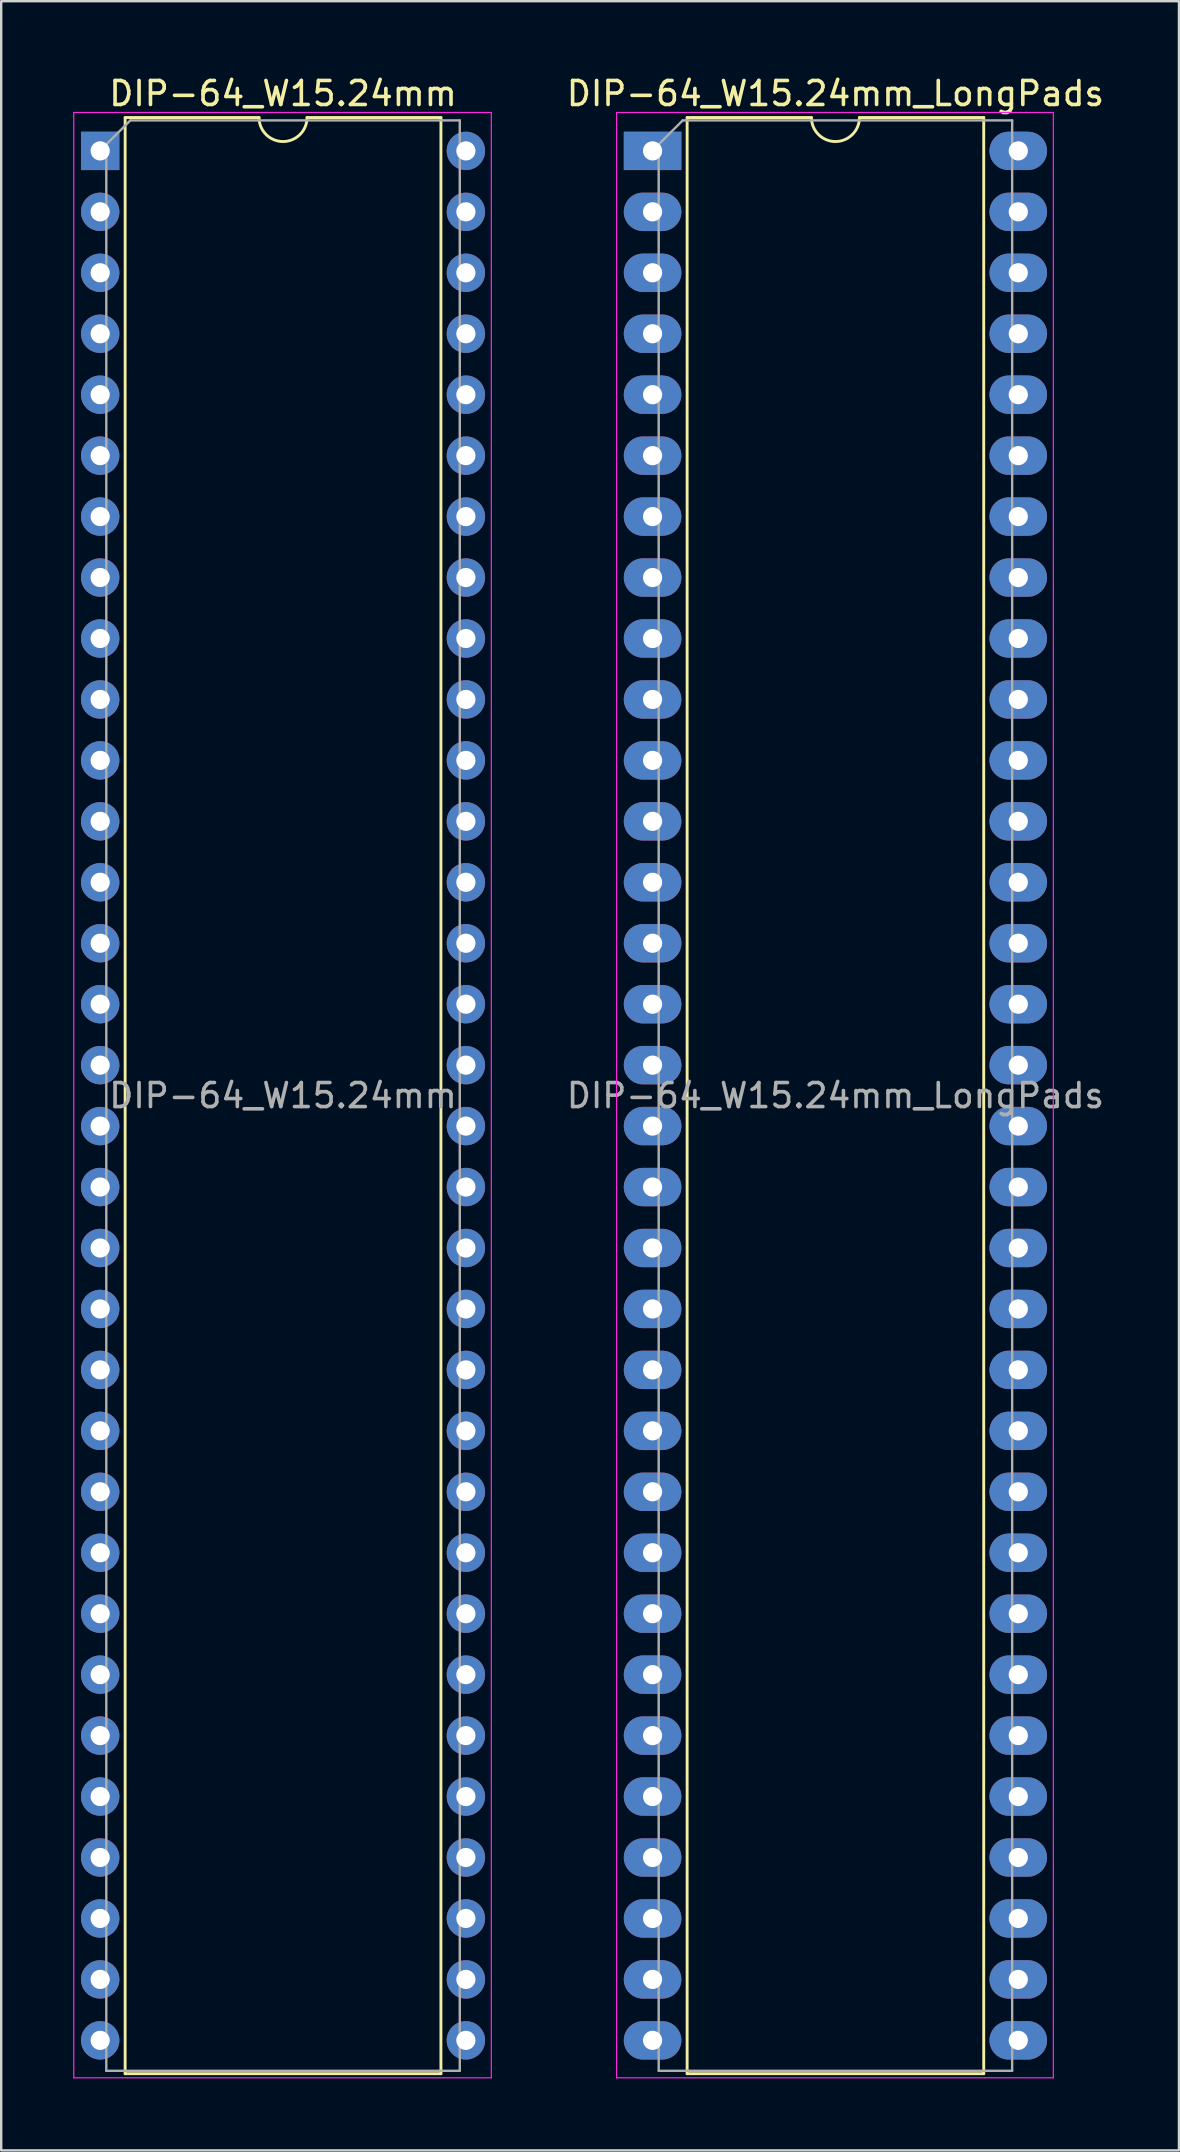
<source format=kicad_pcb>
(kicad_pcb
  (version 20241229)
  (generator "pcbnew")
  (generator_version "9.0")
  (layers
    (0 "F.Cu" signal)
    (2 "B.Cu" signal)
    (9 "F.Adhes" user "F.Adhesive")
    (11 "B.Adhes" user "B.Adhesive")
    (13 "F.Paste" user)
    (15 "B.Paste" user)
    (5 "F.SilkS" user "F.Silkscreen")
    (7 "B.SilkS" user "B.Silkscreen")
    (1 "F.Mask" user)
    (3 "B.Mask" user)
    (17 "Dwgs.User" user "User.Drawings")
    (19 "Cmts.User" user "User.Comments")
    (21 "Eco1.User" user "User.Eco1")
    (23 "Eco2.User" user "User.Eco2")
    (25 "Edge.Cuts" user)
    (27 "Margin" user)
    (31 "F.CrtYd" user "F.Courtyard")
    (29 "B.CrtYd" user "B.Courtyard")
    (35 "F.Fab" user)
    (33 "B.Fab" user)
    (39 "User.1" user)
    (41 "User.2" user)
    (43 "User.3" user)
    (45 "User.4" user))
  (footprint "DIP-64_W15.24mm_LongPads"
    (layer "F.Cu")
    (at 24.145 3.238)
    (property "Reference" "DIP-64_W15.24mm_LongPads" (at 7.62 -2.39 0) (layer "F.SilkS") (effects (font (size 1 1) (thickness 0.15))))
    (attr through_hole)
    (fp_line (start 1.44 -1.39) (end 1.44 80.13) (stroke (width 0.12) (type solid)) (layer "F.SilkS"))
    (fp_line (start 1.44 80.13) (end 13.8 80.13) (stroke (width 0.12) (type solid)) (layer "F.SilkS"))
    (fp_line (start 6.62 -1.39) (end 1.44 -1.39) (stroke (width 0.12) (type solid)) (layer "F.SilkS"))
    (fp_line (start 13.8 -1.39) (end 8.62 -1.39) (stroke (width 0.12) (type solid)) (layer "F.SilkS"))
    (fp_line (start 13.8 80.13) (end 13.8 -1.39) (stroke (width 0.12) (type solid)) (layer "F.SilkS"))
    (fp_arc (start 8.62 -1.39) (mid 7.62 -0.39) (end 6.62 -1.39) (stroke (width 0.12) (type solid)) (layer "F.SilkS"))
    (fp_line (start -1.5 -1.6) (end -1.5 80.3) (stroke (width 0.05) (type solid)) (layer "F.CrtYd"))
    (fp_line (start -1.5 80.3) (end 16.7 80.3) (stroke (width 0.05) (type solid)) (layer "F.CrtYd"))
    (fp_line (start 16.7 -1.6) (end -1.5 -1.6) (stroke (width 0.05) (type solid)) (layer "F.CrtYd"))
    (fp_line (start 16.7 80.3) (end 16.7 -1.6) (stroke (width 0.05) (type solid)) (layer "F.CrtYd"))
    (fp_line (start 0.255 -0.27) (end 1.255 -1.27) (stroke (width 0.1) (type solid)) (layer "F.Fab"))
    (fp_line (start 0.255 80.01) (end 0.255 -0.27) (stroke (width 0.1) (type solid)) (layer "F.Fab"))
    (fp_line (start 1.255 -1.27) (end 14.985 -1.27) (stroke (width 0.1) (type solid)) (layer "F.Fab"))
    (fp_line (start 14.985 -1.27) (end 14.985 80.01) (stroke (width 0.1) (type solid)) (layer "F.Fab"))
    (fp_line (start 14.985 80.01) (end 0.255 80.01) (stroke (width 0.1) (type solid)) (layer "F.Fab"))
    (fp_text user "${REFERENCE}" (at 7.62 39.37 0) (layer "F.Fab") (effects (font (size 1 1) (thickness 0.15))))
    (pad "1" thru_hole rect (at 0 0) (size 2.4 1.6) (drill 0.8) (layers "*.Cu" "*.Mask"))
    (pad "2" thru_hole oval (at 0 2.54) (size 2.4 1.6) (drill 0.8) (layers "*.Cu" "*.Mask"))
    (pad "3" thru_hole oval (at 0 5.08) (size 2.4 1.6) (drill 0.8) (layers "*.Cu" "*.Mask"))
    (pad "4" thru_hole oval (at 0 7.62) (size 2.4 1.6) (drill 0.8) (layers "*.Cu" "*.Mask"))
    (pad "5" thru_hole oval (at 0 10.16) (size 2.4 1.6) (drill 0.8) (layers "*.Cu" "*.Mask"))
    (pad "6" thru_hole oval (at 0 12.7) (size 2.4 1.6) (drill 0.8) (layers "*.Cu" "*.Mask"))
    (pad "7" thru_hole oval (at 0 15.24) (size 2.4 1.6) (drill 0.8) (layers "*.Cu" "*.Mask"))
    (pad "8" thru_hole oval (at 0 17.78) (size 2.4 1.6) (drill 0.8) (layers "*.Cu" "*.Mask"))
    (pad "9" thru_hole oval (at 0 20.32) (size 2.4 1.6) (drill 0.8) (layers "*.Cu" "*.Mask"))
    (pad "10" thru_hole oval (at 0 22.86) (size 2.4 1.6) (drill 0.8) (layers "*.Cu" "*.Mask"))
    (pad "11" thru_hole oval (at 0 25.4) (size 2.4 1.6) (drill 0.8) (layers "*.Cu" "*.Mask"))
    (pad "12" thru_hole oval (at 0 27.94) (size 2.4 1.6) (drill 0.8) (layers "*.Cu" "*.Mask"))
    (pad "13" thru_hole oval (at 0 30.48) (size 2.4 1.6) (drill 0.8) (layers "*.Cu" "*.Mask"))
    (pad "14" thru_hole oval (at 0 33.02) (size 2.4 1.6) (drill 0.8) (layers "*.Cu" "*.Mask"))
    (pad "15" thru_hole oval (at 0 35.56) (size 2.4 1.6) (drill 0.8) (layers "*.Cu" "*.Mask"))
    (pad "16" thru_hole oval (at 0 38.1) (size 2.4 1.6) (drill 0.8) (layers "*.Cu" "*.Mask"))
    (pad "17" thru_hole oval (at 0 40.64) (size 2.4 1.6) (drill 0.8) (layers "*.Cu" "*.Mask"))
    (pad "18" thru_hole oval (at 0 43.18) (size 2.4 1.6) (drill 0.8) (layers "*.Cu" "*.Mask"))
    (pad "19" thru_hole oval (at 0 45.72) (size 2.4 1.6) (drill 0.8) (layers "*.Cu" "*.Mask"))
    (pad "20" thru_hole oval (at 0 48.26) (size 2.4 1.6) (drill 0.8) (layers "*.Cu" "*.Mask"))
    (pad "21" thru_hole oval (at 0 50.8) (size 2.4 1.6) (drill 0.8) (layers "*.Cu" "*.Mask"))
    (pad "22" thru_hole oval (at 0 53.34) (size 2.4 1.6) (drill 0.8) (layers "*.Cu" "*.Mask"))
    (pad "23" thru_hole oval (at 0 55.88) (size 2.4 1.6) (drill 0.8) (layers "*.Cu" "*.Mask"))
    (pad "24" thru_hole oval (at 0 58.42) (size 2.4 1.6) (drill 0.8) (layers "*.Cu" "*.Mask"))
    (pad "25" thru_hole oval (at 0 60.96) (size 2.4 1.6) (drill 0.8) (layers "*.Cu" "*.Mask"))
    (pad "26" thru_hole oval (at 0 63.5) (size 2.4 1.6) (drill 0.8) (layers "*.Cu" "*.Mask"))
    (pad "27" thru_hole oval (at 0 66.04) (size 2.4 1.6) (drill 0.8) (layers "*.Cu" "*.Mask"))
    (pad "28" thru_hole oval (at 0 68.58) (size 2.4 1.6) (drill 0.8) (layers "*.Cu" "*.Mask"))
    (pad "29" thru_hole oval (at 0 71.12) (size 2.4 1.6) (drill 0.8) (layers "*.Cu" "*.Mask"))
    (pad "30" thru_hole oval (at 0 73.66) (size 2.4 1.6) (drill 0.8) (layers "*.Cu" "*.Mask"))
    (pad "31" thru_hole oval (at 0 76.2) (size 2.4 1.6) (drill 0.8) (layers "*.Cu" "*.Mask"))
    (pad "32" thru_hole oval (at 0 78.74) (size 2.4 1.6) (drill 0.8) (layers "*.Cu" "*.Mask"))
    (pad "33" thru_hole oval (at 15.24 78.74) (size 2.4 1.6) (drill 0.8) (layers "*.Cu" "*.Mask"))
    (pad "34" thru_hole oval (at 15.24 76.2) (size 2.4 1.6) (drill 0.8) (layers "*.Cu" "*.Mask"))
    (pad "35" thru_hole oval (at 15.24 73.66) (size 2.4 1.6) (drill 0.8) (layers "*.Cu" "*.Mask"))
    (pad "36" thru_hole oval (at 15.24 71.12) (size 2.4 1.6) (drill 0.8) (layers "*.Cu" "*.Mask"))
    (pad "37" thru_hole oval (at 15.24 68.58) (size 2.4 1.6) (drill 0.8) (layers "*.Cu" "*.Mask"))
    (pad "38" thru_hole oval (at 15.24 66.04) (size 2.4 1.6) (drill 0.8) (layers "*.Cu" "*.Mask"))
    (pad "39" thru_hole oval (at 15.24 63.5) (size 2.4 1.6) (drill 0.8) (layers "*.Cu" "*.Mask"))
    (pad "40" thru_hole oval (at 15.24 60.96) (size 2.4 1.6) (drill 0.8) (layers "*.Cu" "*.Mask"))
    (pad "41" thru_hole oval (at 15.24 58.42) (size 2.4 1.6) (drill 0.8) (layers "*.Cu" "*.Mask"))
    (pad "42" thru_hole oval (at 15.24 55.88) (size 2.4 1.6) (drill 0.8) (layers "*.Cu" "*.Mask"))
    (pad "43" thru_hole oval (at 15.24 53.34) (size 2.4 1.6) (drill 0.8) (layers "*.Cu" "*.Mask"))
    (pad "44" thru_hole oval (at 15.24 50.8) (size 2.4 1.6) (drill 0.8) (layers "*.Cu" "*.Mask"))
    (pad "45" thru_hole oval (at 15.24 48.26) (size 2.4 1.6) (drill 0.8) (layers "*.Cu" "*.Mask"))
    (pad "46" thru_hole oval (at 15.24 45.72) (size 2.4 1.6) (drill 0.8) (layers "*.Cu" "*.Mask"))
    (pad "47" thru_hole oval (at 15.24 43.18) (size 2.4 1.6) (drill 0.8) (layers "*.Cu" "*.Mask"))
    (pad "48" thru_hole oval (at 15.24 40.64) (size 2.4 1.6) (drill 0.8) (layers "*.Cu" "*.Mask"))
    (pad "49" thru_hole oval (at 15.24 38.1) (size 2.4 1.6) (drill 0.8) (layers "*.Cu" "*.Mask"))
    (pad "50" thru_hole oval (at 15.24 35.56) (size 2.4 1.6) (drill 0.8) (layers "*.Cu" "*.Mask"))
    (pad "51" thru_hole oval (at 15.24 33.02) (size 2.4 1.6) (drill 0.8) (layers "*.Cu" "*.Mask"))
    (pad "52" thru_hole oval (at 15.24 30.48) (size 2.4 1.6) (drill 0.8) (layers "*.Cu" "*.Mask"))
    (pad "53" thru_hole oval (at 15.24 27.94) (size 2.4 1.6) (drill 0.8) (layers "*.Cu" "*.Mask"))
    (pad "54" thru_hole oval (at 15.24 25.4) (size 2.4 1.6) (drill 0.8) (layers "*.Cu" "*.Mask"))
    (pad "55" thru_hole oval (at 15.24 22.86) (size 2.4 1.6) (drill 0.8) (layers "*.Cu" "*.Mask"))
    (pad "56" thru_hole oval (at 15.24 20.32) (size 2.4 1.6) (drill 0.8) (layers "*.Cu" "*.Mask"))
    (pad "57" thru_hole oval (at 15.24 17.78) (size 2.4 1.6) (drill 0.8) (layers "*.Cu" "*.Mask"))
    (pad "58" thru_hole oval (at 15.24 15.24) (size 2.4 1.6) (drill 0.8) (layers "*.Cu" "*.Mask"))
    (pad "59" thru_hole oval (at 15.24 12.7) (size 2.4 1.6) (drill 0.8) (layers "*.Cu" "*.Mask"))
    (pad "60" thru_hole oval (at 15.24 10.16) (size 2.4 1.6) (drill 0.8) (layers "*.Cu" "*.Mask"))
    (pad "61" thru_hole oval (at 15.24 7.62) (size 2.4 1.6) (drill 0.8) (layers "*.Cu" "*.Mask"))
    (pad "62" thru_hole oval (at 15.24 5.08) (size 2.4 1.6) (drill 0.8) (layers "*.Cu" "*.Mask"))
    (pad "63" thru_hole oval (at 15.24 2.54) (size 2.4 1.6) (drill 0.8) (layers "*.Cu" "*.Mask"))
    (pad "64" thru_hole oval (at 15.24 0) (size 2.4 1.6) (drill 0.8) (layers "*.Cu" "*.Mask")))
  (footprint "DIP-64_W15.24mm"
    (layer "F.Cu")
    (at 1.125 3.238)
    (property "Reference" "DIP-64_W15.24mm" (at 7.62 -2.39 0) (layer "F.SilkS") (effects (font (size 1 1) (thickness 0.15))))
    (attr through_hole)
    (fp_line (start 1.04 -1.39) (end 1.04 80.13) (stroke (width 0.12) (type solid)) (layer "F.SilkS"))
    (fp_line (start 1.04 80.13) (end 14.2 80.13) (stroke (width 0.12) (type solid)) (layer "F.SilkS"))
    (fp_line (start 6.62 -1.39) (end 1.04 -1.39) (stroke (width 0.12) (type solid)) (layer "F.SilkS"))
    (fp_line (start 14.2 -1.39) (end 8.62 -1.39) (stroke (width 0.12) (type solid)) (layer "F.SilkS"))
    (fp_line (start 14.2 80.13) (end 14.2 -1.39) (stroke (width 0.12) (type solid)) (layer "F.SilkS"))
    (fp_arc (start 8.62 -1.39) (mid 7.62 -0.39) (end 6.62 -1.39) (stroke (width 0.12) (type solid)) (layer "F.SilkS"))
    (fp_line (start -1.1 -1.6) (end -1.1 80.3) (stroke (width 0.05) (type solid)) (layer "F.CrtYd"))
    (fp_line (start -1.1 80.3) (end 16.3 80.3) (stroke (width 0.05) (type solid)) (layer "F.CrtYd"))
    (fp_line (start 16.3 -1.6) (end -1.1 -1.6) (stroke (width 0.05) (type solid)) (layer "F.CrtYd"))
    (fp_line (start 16.3 80.3) (end 16.3 -1.6) (stroke (width 0.05) (type solid)) (layer "F.CrtYd"))
    (fp_line (start 0.255 -0.27) (end 1.255 -1.27) (stroke (width 0.1) (type solid)) (layer "F.Fab"))
    (fp_line (start 0.255 80.01) (end 0.255 -0.27) (stroke (width 0.1) (type solid)) (layer "F.Fab"))
    (fp_line (start 1.255 -1.27) (end 14.985 -1.27) (stroke (width 0.1) (type solid)) (layer "F.Fab"))
    (fp_line (start 14.985 -1.27) (end 14.985 80.01) (stroke (width 0.1) (type solid)) (layer "F.Fab"))
    (fp_line (start 14.985 80.01) (end 0.255 80.01) (stroke (width 0.1) (type solid)) (layer "F.Fab"))
    (fp_text user "${REFERENCE}" (at 7.62 39.37 0) (layer "F.Fab") (effects (font (size 1 1) (thickness 0.15))))
    (pad "1" thru_hole rect (at 0 0) (size 1.6 1.6) (drill 0.8) (layers "*.Cu" "*.Mask"))
    (pad "2" thru_hole oval (at 0 2.54) (size 1.6 1.6) (drill 0.8) (layers "*.Cu" "*.Mask"))
    (pad "3" thru_hole oval (at 0 5.08) (size 1.6 1.6) (drill 0.8) (layers "*.Cu" "*.Mask"))
    (pad "4" thru_hole oval (at 0 7.62) (size 1.6 1.6) (drill 0.8) (layers "*.Cu" "*.Mask"))
    (pad "5" thru_hole oval (at 0 10.16) (size 1.6 1.6) (drill 0.8) (layers "*.Cu" "*.Mask"))
    (pad "6" thru_hole oval (at 0 12.7) (size 1.6 1.6) (drill 0.8) (layers "*.Cu" "*.Mask"))
    (pad "7" thru_hole oval (at 0 15.24) (size 1.6 1.6) (drill 0.8) (layers "*.Cu" "*.Mask"))
    (pad "8" thru_hole oval (at 0 17.78) (size 1.6 1.6) (drill 0.8) (layers "*.Cu" "*.Mask"))
    (pad "9" thru_hole oval (at 0 20.32) (size 1.6 1.6) (drill 0.8) (layers "*.Cu" "*.Mask"))
    (pad "10" thru_hole oval (at 0 22.86) (size 1.6 1.6) (drill 0.8) (layers "*.Cu" "*.Mask"))
    (pad "11" thru_hole oval (at 0 25.4) (size 1.6 1.6) (drill 0.8) (layers "*.Cu" "*.Mask"))
    (pad "12" thru_hole oval (at 0 27.94) (size 1.6 1.6) (drill 0.8) (layers "*.Cu" "*.Mask"))
    (pad "13" thru_hole oval (at 0 30.48) (size 1.6 1.6) (drill 0.8) (layers "*.Cu" "*.Mask"))
    (pad "14" thru_hole oval (at 0 33.02) (size 1.6 1.6) (drill 0.8) (layers "*.Cu" "*.Mask"))
    (pad "15" thru_hole oval (at 0 35.56) (size 1.6 1.6) (drill 0.8) (layers "*.Cu" "*.Mask"))
    (pad "16" thru_hole oval (at 0 38.1) (size 1.6 1.6) (drill 0.8) (layers "*.Cu" "*.Mask"))
    (pad "17" thru_hole oval (at 0 40.64) (size 1.6 1.6) (drill 0.8) (layers "*.Cu" "*.Mask"))
    (pad "18" thru_hole oval (at 0 43.18) (size 1.6 1.6) (drill 0.8) (layers "*.Cu" "*.Mask"))
    (pad "19" thru_hole oval (at 0 45.72) (size 1.6 1.6) (drill 0.8) (layers "*.Cu" "*.Mask"))
    (pad "20" thru_hole oval (at 0 48.26) (size 1.6 1.6) (drill 0.8) (layers "*.Cu" "*.Mask"))
    (pad "21" thru_hole oval (at 0 50.8) (size 1.6 1.6) (drill 0.8) (layers "*.Cu" "*.Mask"))
    (pad "22" thru_hole oval (at 0 53.34) (size 1.6 1.6) (drill 0.8) (layers "*.Cu" "*.Mask"))
    (pad "23" thru_hole oval (at 0 55.88) (size 1.6 1.6) (drill 0.8) (layers "*.Cu" "*.Mask"))
    (pad "24" thru_hole oval (at 0 58.42) (size 1.6 1.6) (drill 0.8) (layers "*.Cu" "*.Mask"))
    (pad "25" thru_hole oval (at 0 60.96) (size 1.6 1.6) (drill 0.8) (layers "*.Cu" "*.Mask"))
    (pad "26" thru_hole oval (at 0 63.5) (size 1.6 1.6) (drill 0.8) (layers "*.Cu" "*.Mask"))
    (pad "27" thru_hole oval (at 0 66.04) (size 1.6 1.6) (drill 0.8) (layers "*.Cu" "*.Mask"))
    (pad "28" thru_hole oval (at 0 68.58) (size 1.6 1.6) (drill 0.8) (layers "*.Cu" "*.Mask"))
    (pad "29" thru_hole oval (at 0 71.12) (size 1.6 1.6) (drill 0.8) (layers "*.Cu" "*.Mask"))
    (pad "30" thru_hole oval (at 0 73.66) (size 1.6 1.6) (drill 0.8) (layers "*.Cu" "*.Mask"))
    (pad "31" thru_hole oval (at 0 76.2) (size 1.6 1.6) (drill 0.8) (layers "*.Cu" "*.Mask"))
    (pad "32" thru_hole oval (at 0 78.74) (size 1.6 1.6) (drill 0.8) (layers "*.Cu" "*.Mask"))
    (pad "33" thru_hole oval (at 15.24 78.74) (size 1.6 1.6) (drill 0.8) (layers "*.Cu" "*.Mask"))
    (pad "34" thru_hole oval (at 15.24 76.2) (size 1.6 1.6) (drill 0.8) (layers "*.Cu" "*.Mask"))
    (pad "35" thru_hole oval (at 15.24 73.66) (size 1.6 1.6) (drill 0.8) (layers "*.Cu" "*.Mask"))
    (pad "36" thru_hole oval (at 15.24 71.12) (size 1.6 1.6) (drill 0.8) (layers "*.Cu" "*.Mask"))
    (pad "37" thru_hole oval (at 15.24 68.58) (size 1.6 1.6) (drill 0.8) (layers "*.Cu" "*.Mask"))
    (pad "38" thru_hole oval (at 15.24 66.04) (size 1.6 1.6) (drill 0.8) (layers "*.Cu" "*.Mask"))
    (pad "39" thru_hole oval (at 15.24 63.5) (size 1.6 1.6) (drill 0.8) (layers "*.Cu" "*.Mask"))
    (pad "40" thru_hole oval (at 15.24 60.96) (size 1.6 1.6) (drill 0.8) (layers "*.Cu" "*.Mask"))
    (pad "41" thru_hole oval (at 15.24 58.42) (size 1.6 1.6) (drill 0.8) (layers "*.Cu" "*.Mask"))
    (pad "42" thru_hole oval (at 15.24 55.88) (size 1.6 1.6) (drill 0.8) (layers "*.Cu" "*.Mask"))
    (pad "43" thru_hole oval (at 15.24 53.34) (size 1.6 1.6) (drill 0.8) (layers "*.Cu" "*.Mask"))
    (pad "44" thru_hole oval (at 15.24 50.8) (size 1.6 1.6) (drill 0.8) (layers "*.Cu" "*.Mask"))
    (pad "45" thru_hole oval (at 15.24 48.26) (size 1.6 1.6) (drill 0.8) (layers "*.Cu" "*.Mask"))
    (pad "46" thru_hole oval (at 15.24 45.72) (size 1.6 1.6) (drill 0.8) (layers "*.Cu" "*.Mask"))
    (pad "47" thru_hole oval (at 15.24 43.18) (size 1.6 1.6) (drill 0.8) (layers "*.Cu" "*.Mask"))
    (pad "48" thru_hole oval (at 15.24 40.64) (size 1.6 1.6) (drill 0.8) (layers "*.Cu" "*.Mask"))
    (pad "49" thru_hole oval (at 15.24 38.1) (size 1.6 1.6) (drill 0.8) (layers "*.Cu" "*.Mask"))
    (pad "50" thru_hole oval (at 15.24 35.56) (size 1.6 1.6) (drill 0.8) (layers "*.Cu" "*.Mask"))
    (pad "51" thru_hole oval (at 15.24 33.02) (size 1.6 1.6) (drill 0.8) (layers "*.Cu" "*.Mask"))
    (pad "52" thru_hole oval (at 15.24 30.48) (size 1.6 1.6) (drill 0.8) (layers "*.Cu" "*.Mask"))
    (pad "53" thru_hole oval (at 15.24 27.94) (size 1.6 1.6) (drill 0.8) (layers "*.Cu" "*.Mask"))
    (pad "54" thru_hole oval (at 15.24 25.4) (size 1.6 1.6) (drill 0.8) (layers "*.Cu" "*.Mask"))
    (pad "55" thru_hole oval (at 15.24 22.86) (size 1.6 1.6) (drill 0.8) (layers "*.Cu" "*.Mask"))
    (pad "56" thru_hole oval (at 15.24 20.32) (size 1.6 1.6) (drill 0.8) (layers "*.Cu" "*.Mask"))
    (pad "57" thru_hole oval (at 15.24 17.78) (size 1.6 1.6) (drill 0.8) (layers "*.Cu" "*.Mask"))
    (pad "58" thru_hole oval (at 15.24 15.24) (size 1.6 1.6) (drill 0.8) (layers "*.Cu" "*.Mask"))
    (pad "59" thru_hole oval (at 15.24 12.7) (size 1.6 1.6) (drill 0.8) (layers "*.Cu" "*.Mask"))
    (pad "60" thru_hole oval (at 15.24 10.16) (size 1.6 1.6) (drill 0.8) (layers "*.Cu" "*.Mask"))
    (pad "61" thru_hole oval (at 15.24 7.62) (size 1.6 1.6) (drill 0.8) (layers "*.Cu" "*.Mask"))
    (pad "62" thru_hole oval (at 15.24 5.08) (size 1.6 1.6) (drill 0.8) (layers "*.Cu" "*.Mask"))
    (pad "63" thru_hole oval (at 15.24 2.54) (size 1.6 1.6) (drill 0.8) (layers "*.Cu" "*.Mask"))
    (pad "64" thru_hole oval (at 15.24 0) (size 1.6 1.6) (drill 0.8) (layers "*.Cu" "*.Mask")))
  (gr_rect
    (start -3 -3)
    (end 46.081 86.563)
    (stroke (width 0.1) (type default))
    (fill no)
    (layer "Edge.Cuts")))
</source>
